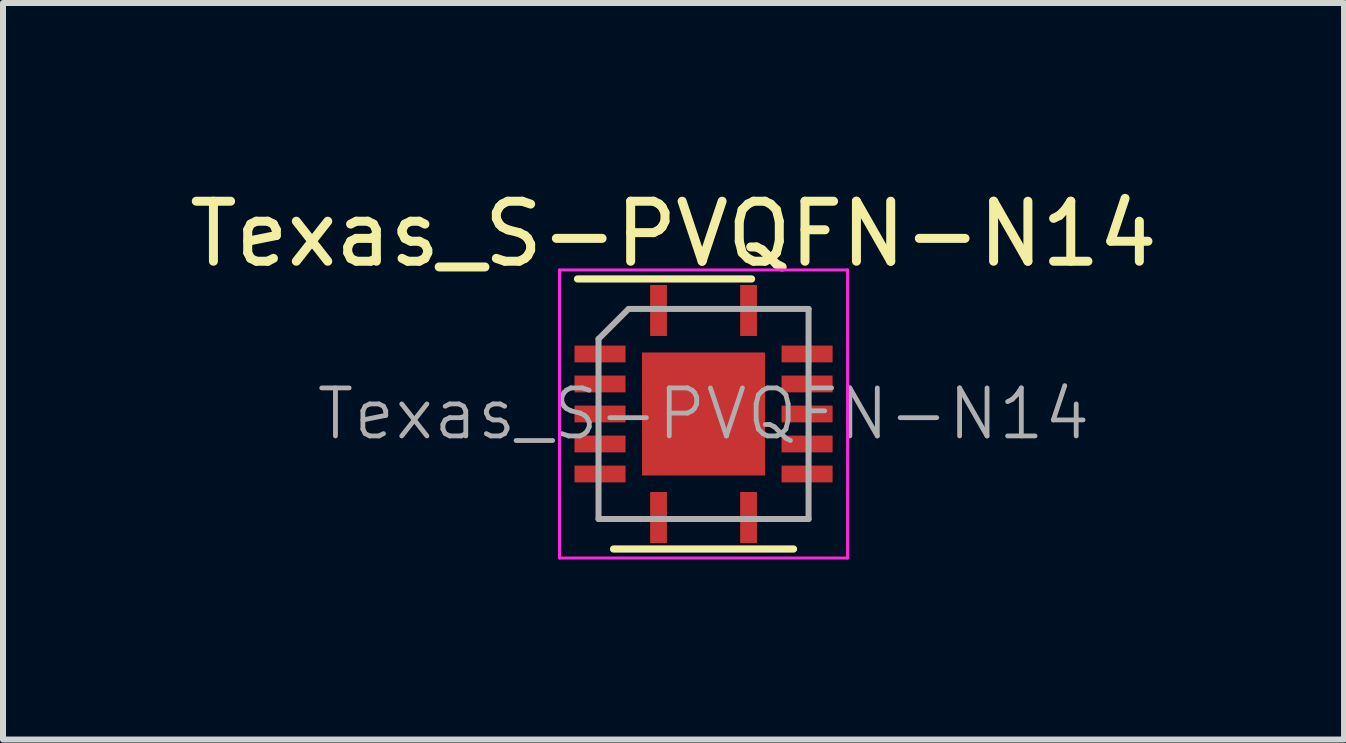
<source format=kicad_pcb>
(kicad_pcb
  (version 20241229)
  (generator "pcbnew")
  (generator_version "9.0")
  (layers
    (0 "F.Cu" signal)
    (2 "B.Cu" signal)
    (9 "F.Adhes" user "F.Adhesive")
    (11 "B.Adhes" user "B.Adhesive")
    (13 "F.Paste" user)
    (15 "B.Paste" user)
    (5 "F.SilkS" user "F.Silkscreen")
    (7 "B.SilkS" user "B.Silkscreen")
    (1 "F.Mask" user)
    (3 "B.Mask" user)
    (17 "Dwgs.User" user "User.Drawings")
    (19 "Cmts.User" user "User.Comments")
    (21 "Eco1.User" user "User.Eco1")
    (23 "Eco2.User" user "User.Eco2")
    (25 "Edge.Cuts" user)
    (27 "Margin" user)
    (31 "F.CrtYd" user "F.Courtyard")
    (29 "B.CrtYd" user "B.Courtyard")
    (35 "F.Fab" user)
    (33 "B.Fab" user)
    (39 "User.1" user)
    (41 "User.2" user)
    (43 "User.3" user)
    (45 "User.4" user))
  (footprint "Texas_S-PVQFN-N14"
    (layer "F.Cu")
    (at 8.673 3.848)
    (property "Reference" "Texas_S-PVQFN-N14" (at -0.5 -3 0) (layer "F.SilkS") (effects (font (size 1 1) (thickness 0.15))))
    (attr smd)
    (fp_line (start -1.5 2.25) (end 1.5 2.25) (stroke (width 0.12) (type solid)) (layer "F.SilkS"))
    (fp_line (start 0.8 -2.25) (end -2.1 -2.25) (stroke (width 0.12) (type solid)) (layer "F.SilkS"))
    (fp_line (start -2.4 -2.4) (end 2.4 -2.4) (stroke (width 0.05) (type solid)) (layer "F.CrtYd"))
    (fp_line (start -2.4 2.4) (end -2.4 -2.4) (stroke (width 0.05) (type solid)) (layer "F.CrtYd"))
    (fp_line (start 2.4 -2.4) (end 2.4 2.4) (stroke (width 0.05) (type solid)) (layer "F.CrtYd"))
    (fp_line (start 2.4 2.4) (end -2.4 2.4) (stroke (width 0.05) (type solid)) (layer "F.CrtYd"))
    (fp_line (start -1.75 1.75) (end -1.75 -1.25) (stroke (width 0.1) (type solid)) (layer "F.Fab"))
    (fp_line (start -1.25 -1.75) (end -1.75 -1.25) (stroke (width 0.1) (type solid)) (layer "F.Fab"))
    (fp_line (start -1.25 -1.75) (end 1.75 -1.75) (stroke (width 0.1) (type solid)) (layer "F.Fab"))
    (fp_line (start 1.75 -1.75) (end 1.75 1.75) (stroke (width 0.1) (type solid)) (layer "F.Fab"))
    (fp_line (start 1.75 1.75) (end -1.75 1.75) (stroke (width 0.1) (type solid)) (layer "F.Fab"))
    (fp_text user "${REFERENCE}" (at 0 0 0) (layer "F.Fab") (effects (font (size 0.8 0.8) (thickness 0.08))))
    (pad "" smd rect (at -0.56 -0.56 270) (size 0.82 0.82) (layers "F.Paste"))
    (pad "" smd rect (at -0.56 0.56 270) (size 0.82 0.82) (layers "F.Paste"))
    (pad "" smd rect (at 0.56 -0.56 270) (size 0.82 0.82) (layers "F.Paste"))
    (pad "" smd rect (at 0.56 0.56 270) (size 0.82 0.82) (layers "F.Paste"))
    (pad "1" smd rect (at -0.75 -1.725 270) (size 0.85 0.28) (layers "F.Cu" "F.Mask" "F.Paste"))
    (pad "2" smd rect (at -1.725 -1 270) (size 0.28 0.85) (layers "F.Cu" "F.Mask" "F.Paste"))
    (pad "3" smd rect (at -1.725 -0.5 270) (size 0.28 0.85) (layers "F.Cu" "F.Mask" "F.Paste"))
    (pad "4" smd rect (at -1.725 0 270) (size 0.28 0.85) (layers "F.Cu" "F.Mask" "F.Paste"))
    (pad "5" smd rect (at -1.725 0.5 270) (size 0.28 0.85) (layers "F.Cu" "F.Mask" "F.Paste"))
    (pad "6" smd rect (at -1.725 1 270) (size 0.28 0.85) (layers "F.Cu" "F.Mask" "F.Paste"))
    (pad "7" smd rect (at -0.75 1.725 270) (size 0.85 0.28) (layers "F.Cu" "F.Mask" "F.Paste"))
    (pad "8" smd rect (at 0.75 1.725 270) (size 0.85 0.28) (layers "F.Cu" "F.Mask" "F.Paste"))
    (pad "9" smd rect (at 1.725 1 270) (size 0.28 0.85) (layers "F.Cu" "F.Mask" "F.Paste"))
    (pad "10" smd rect (at 1.725 0.5 270) (size 0.28 0.85) (layers "F.Cu" "F.Mask" "F.Paste"))
    (pad "11" smd rect (at 1.725 0 270) (size 0.28 0.85) (layers "F.Cu" "F.Mask" "F.Paste"))
    (pad "12" smd rect (at 1.725 -0.5 270) (size 0.28 0.85) (layers "F.Cu" "F.Mask" "F.Paste"))
    (pad "13" smd rect (at 1.725 -1 270) (size 0.28 0.85) (layers "F.Cu" "F.Mask" "F.Paste"))
    (pad "14" smd rect (at 0.75 -1.725 270) (size 0.85 0.28) (layers "F.Cu" "F.Mask" "F.Paste"))
    (pad "15" smd rect (at 0 0 270) (size 2.05 2.05) (layers "F.Cu" "F.Mask")))
  (gr_rect
    (start -3 -3)
    (end 19.345 9.273)
    (stroke (width 0.1) (type default))
    (fill no)
    (layer "Edge.Cuts")))
</source>
